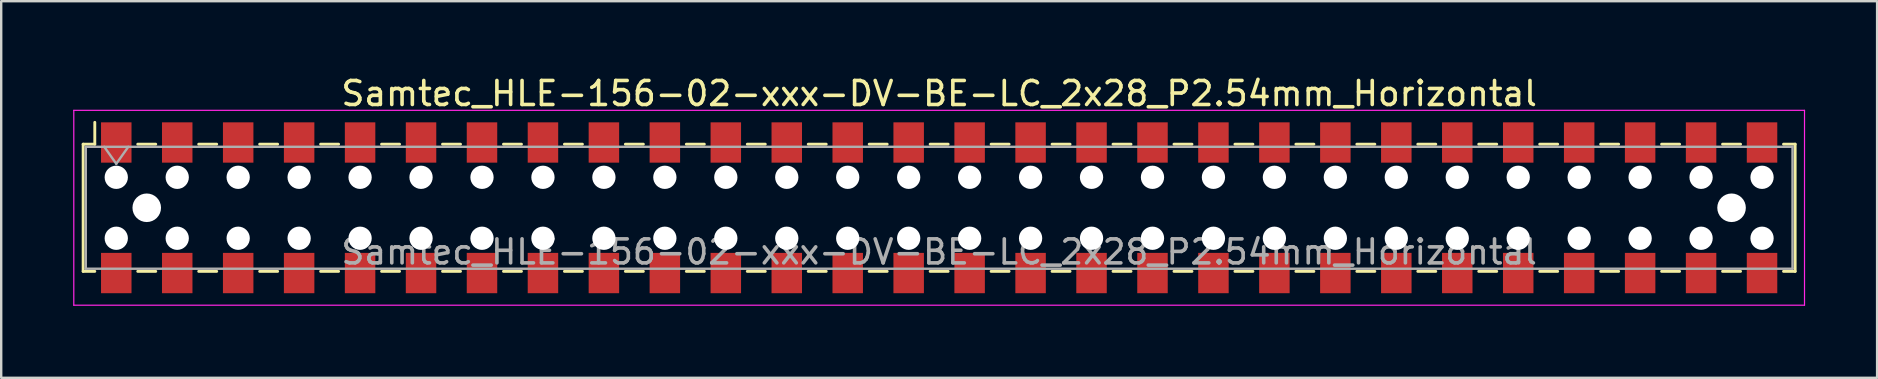
<source format=kicad_pcb>
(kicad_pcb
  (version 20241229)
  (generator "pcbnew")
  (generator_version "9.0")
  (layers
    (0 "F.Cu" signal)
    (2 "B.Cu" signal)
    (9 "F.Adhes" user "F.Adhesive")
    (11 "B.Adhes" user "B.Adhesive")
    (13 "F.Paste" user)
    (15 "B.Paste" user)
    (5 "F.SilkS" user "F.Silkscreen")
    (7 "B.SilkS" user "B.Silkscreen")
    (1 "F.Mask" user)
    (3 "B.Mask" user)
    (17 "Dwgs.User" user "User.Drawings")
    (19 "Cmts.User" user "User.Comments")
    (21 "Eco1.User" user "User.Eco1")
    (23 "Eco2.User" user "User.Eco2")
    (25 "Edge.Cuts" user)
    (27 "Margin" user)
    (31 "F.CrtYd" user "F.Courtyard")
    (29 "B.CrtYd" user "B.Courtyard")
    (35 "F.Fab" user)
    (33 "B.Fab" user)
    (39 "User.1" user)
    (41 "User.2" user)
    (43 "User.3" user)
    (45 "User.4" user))
  (footprint "Samtec_HLE-156-02-xxx-DV-BE-LC_2x28_P2.54mm_Horizontal"
    (layer "F.Cu")
    (at 36.085 5.608)
    (property "Reference" "Samtec_HLE-156-02-xxx-DV-BE-LC_2x28_P2.54mm_Horizontal" (at 0 -4.76 0) (layer "F.SilkS") (effects (font (size 1 1) (thickness 0.15))))
    (attr smd)
    (fp_line (start -35.67 -2.65) (end -35.67 2.65) (stroke (width 0.12) (type solid)) (layer "F.SilkS"))
    (fp_line (start -35.67 2.65) (end -35.185 2.65) (stroke (width 0.12) (type solid)) (layer "F.SilkS"))
    (fp_line (start -35.185 -3.56) (end -35.185 -2.65) (stroke (width 0.12) (type solid)) (layer "F.SilkS"))
    (fp_line (start -35.185 -2.65) (end -35.67 -2.65) (stroke (width 0.12) (type solid)) (layer "F.SilkS"))
    (fp_line (start -33.395 -2.65) (end -32.645 -2.65) (stroke (width 0.12) (type solid)) (layer "F.SilkS"))
    (fp_line (start -33.395 2.65) (end -32.645 2.65) (stroke (width 0.12) (type solid)) (layer "F.SilkS"))
    (fp_line (start -30.855 -2.65) (end -30.105 -2.65) (stroke (width 0.12) (type solid)) (layer "F.SilkS"))
    (fp_line (start -30.855 2.65) (end -30.105 2.65) (stroke (width 0.12) (type solid)) (layer "F.SilkS"))
    (fp_line (start -28.315 -2.65) (end -27.565 -2.65) (stroke (width 0.12) (type solid)) (layer "F.SilkS"))
    (fp_line (start -28.315 2.65) (end -27.565 2.65) (stroke (width 0.12) (type solid)) (layer "F.SilkS"))
    (fp_line (start -25.775 -2.65) (end -25.025 -2.65) (stroke (width 0.12) (type solid)) (layer "F.SilkS"))
    (fp_line (start -25.775 2.65) (end -25.025 2.65) (stroke (width 0.12) (type solid)) (layer "F.SilkS"))
    (fp_line (start -23.235 -2.65) (end -22.485 -2.65) (stroke (width 0.12) (type solid)) (layer "F.SilkS"))
    (fp_line (start -23.235 2.65) (end -22.485 2.65) (stroke (width 0.12) (type solid)) (layer "F.SilkS"))
    (fp_line (start -20.695 -2.65) (end -19.945 -2.65) (stroke (width 0.12) (type solid)) (layer "F.SilkS"))
    (fp_line (start -20.695 2.65) (end -19.945 2.65) (stroke (width 0.12) (type solid)) (layer "F.SilkS"))
    (fp_line (start -18.155 -2.65) (end -17.405 -2.65) (stroke (width 0.12) (type solid)) (layer "F.SilkS"))
    (fp_line (start -18.155 2.65) (end -17.405 2.65) (stroke (width 0.12) (type solid)) (layer "F.SilkS"))
    (fp_line (start -15.615 -2.65) (end -14.865 -2.65) (stroke (width 0.12) (type solid)) (layer "F.SilkS"))
    (fp_line (start -15.615 2.65) (end -14.865 2.65) (stroke (width 0.12) (type solid)) (layer "F.SilkS"))
    (fp_line (start -13.075 -2.65) (end -12.325 -2.65) (stroke (width 0.12) (type solid)) (layer "F.SilkS"))
    (fp_line (start -13.075 2.65) (end -12.325 2.65) (stroke (width 0.12) (type solid)) (layer "F.SilkS"))
    (fp_line (start -10.535 -2.65) (end -9.785 -2.65) (stroke (width 0.12) (type solid)) (layer "F.SilkS"))
    (fp_line (start -10.535 2.65) (end -9.785 2.65) (stroke (width 0.12) (type solid)) (layer "F.SilkS"))
    (fp_line (start -7.995 -2.65) (end -7.245 -2.65) (stroke (width 0.12) (type solid)) (layer "F.SilkS"))
    (fp_line (start -7.995 2.65) (end -7.245 2.65) (stroke (width 0.12) (type solid)) (layer "F.SilkS"))
    (fp_line (start -5.455 -2.65) (end -4.705 -2.65) (stroke (width 0.12) (type solid)) (layer "F.SilkS"))
    (fp_line (start -5.455 2.65) (end -4.705 2.65) (stroke (width 0.12) (type solid)) (layer "F.SilkS"))
    (fp_line (start -2.915 -2.65) (end -2.165 -2.65) (stroke (width 0.12) (type solid)) (layer "F.SilkS"))
    (fp_line (start -2.915 2.65) (end -2.165 2.65) (stroke (width 0.12) (type solid)) (layer "F.SilkS"))
    (fp_line (start -0.375 -2.65) (end 0.375 -2.65) (stroke (width 0.12) (type solid)) (layer "F.SilkS"))
    (fp_line (start -0.375 2.65) (end 0.375 2.65) (stroke (width 0.12) (type solid)) (layer "F.SilkS"))
    (fp_line (start 2.165 -2.65) (end 2.915 -2.65) (stroke (width 0.12) (type solid)) (layer "F.SilkS"))
    (fp_line (start 2.165 2.65) (end 2.915 2.65) (stroke (width 0.12) (type solid)) (layer "F.SilkS"))
    (fp_line (start 4.705 -2.65) (end 5.455 -2.65) (stroke (width 0.12) (type solid)) (layer "F.SilkS"))
    (fp_line (start 4.705 2.65) (end 5.455 2.65) (stroke (width 0.12) (type solid)) (layer "F.SilkS"))
    (fp_line (start 7.245 -2.65) (end 7.995 -2.65) (stroke (width 0.12) (type solid)) (layer "F.SilkS"))
    (fp_line (start 7.245 2.65) (end 7.995 2.65) (stroke (width 0.12) (type solid)) (layer "F.SilkS"))
    (fp_line (start 9.785 -2.65) (end 10.535 -2.65) (stroke (width 0.12) (type solid)) (layer "F.SilkS"))
    (fp_line (start 9.785 2.65) (end 10.535 2.65) (stroke (width 0.12) (type solid)) (layer "F.SilkS"))
    (fp_line (start 12.325 -2.65) (end 13.075 -2.65) (stroke (width 0.12) (type solid)) (layer "F.SilkS"))
    (fp_line (start 12.325 2.65) (end 13.075 2.65) (stroke (width 0.12) (type solid)) (layer "F.SilkS"))
    (fp_line (start 14.865 -2.65) (end 15.615 -2.65) (stroke (width 0.12) (type solid)) (layer "F.SilkS"))
    (fp_line (start 14.865 2.65) (end 15.615 2.65) (stroke (width 0.12) (type solid)) (layer "F.SilkS"))
    (fp_line (start 17.405 -2.65) (end 18.155 -2.65) (stroke (width 0.12) (type solid)) (layer "F.SilkS"))
    (fp_line (start 17.405 2.65) (end 18.155 2.65) (stroke (width 0.12) (type solid)) (layer "F.SilkS"))
    (fp_line (start 19.945 -2.65) (end 20.695 -2.65) (stroke (width 0.12) (type solid)) (layer "F.SilkS"))
    (fp_line (start 19.945 2.65) (end 20.695 2.65) (stroke (width 0.12) (type solid)) (layer "F.SilkS"))
    (fp_line (start 22.485 -2.65) (end 23.235 -2.65) (stroke (width 0.12) (type solid)) (layer "F.SilkS"))
    (fp_line (start 22.485 2.65) (end 23.235 2.65) (stroke (width 0.12) (type solid)) (layer "F.SilkS"))
    (fp_line (start 25.025 -2.65) (end 25.775 -2.65) (stroke (width 0.12) (type solid)) (layer "F.SilkS"))
    (fp_line (start 25.025 2.65) (end 25.775 2.65) (stroke (width 0.12) (type solid)) (layer "F.SilkS"))
    (fp_line (start 27.565 -2.65) (end 28.315 -2.65) (stroke (width 0.12) (type solid)) (layer "F.SilkS"))
    (fp_line (start 27.565 2.65) (end 28.315 2.65) (stroke (width 0.12) (type solid)) (layer "F.SilkS"))
    (fp_line (start 30.105 -2.65) (end 30.855 -2.65) (stroke (width 0.12) (type solid)) (layer "F.SilkS"))
    (fp_line (start 30.105 2.65) (end 30.855 2.65) (stroke (width 0.12) (type solid)) (layer "F.SilkS"))
    (fp_line (start 32.645 -2.65) (end 33.395 -2.65) (stroke (width 0.12) (type solid)) (layer "F.SilkS"))
    (fp_line (start 32.645 2.65) (end 33.395 2.65) (stroke (width 0.12) (type solid)) (layer "F.SilkS"))
    (fp_line (start 35.185 -2.65) (end 35.67 -2.65) (stroke (width 0.12) (type solid)) (layer "F.SilkS"))
    (fp_line (start 35.67 -2.65) (end 35.67 2.65) (stroke (width 0.12) (type solid)) (layer "F.SilkS"))
    (fp_line (start 35.67 2.65) (end 35.185 2.65) (stroke (width 0.12) (type solid)) (layer "F.SilkS"))
    (fp_line (start -36.06 -4.06) (end 36.06 -4.06) (stroke (width 0.05) (type solid)) (layer "F.CrtYd"))
    (fp_line (start -36.06 4.06) (end -36.06 -4.06) (stroke (width 0.05) (type solid)) (layer "F.CrtYd"))
    (fp_line (start 36.06 -4.06) (end 36.06 4.06) (stroke (width 0.05) (type solid)) (layer "F.CrtYd"))
    (fp_line (start 36.06 4.06) (end -36.06 4.06) (stroke (width 0.05) (type solid)) (layer "F.CrtYd"))
    (fp_line (start -35.56 -2.54) (end 35.56 -2.54) (stroke (width 0.1) (type solid)) (layer "F.Fab"))
    (fp_line (start -35.56 2.54) (end -35.56 -2.54) (stroke (width 0.1) (type solid)) (layer "F.Fab"))
    (fp_line (start -34.79 -2.54) (end -34.29 -1.833) (stroke (width 0.1) (type solid)) (layer "F.Fab"))
    (fp_line (start -34.29 -1.833) (end -33.79 -2.54) (stroke (width 0.1) (type solid)) (layer "F.Fab"))
    (fp_line (start 35.56 -2.54) (end 35.56 2.54) (stroke (width 0.1) (type solid)) (layer "F.Fab"))
    (fp_line (start 35.56 2.54) (end -35.56 2.54) (stroke (width 0.1) (type solid)) (layer "F.Fab"))
    (fp_text user "${REFERENCE}" (at 0 1.84 0) (layer "F.Fab") (effects (font (size 1 1) (thickness 0.15))))
    (pad "" np_thru_hole circle (at -34.29 -1.27) (size 0.97 0.97) (drill 0.97) (layers "*.Cu" "*.Mask"))
    (pad "" np_thru_hole circle (at -34.29 1.27) (size 0.97 0.97) (drill 0.97) (layers "*.Cu" "*.Mask"))
    (pad "" np_thru_hole circle (at -33.02 0) (size 1.19 1.19) (drill 1.19) (layers "*.Cu" "*.Mask"))
    (pad "" np_thru_hole circle (at -31.75 -1.27) (size 0.97 0.97) (drill 0.97) (layers "*.Cu" "*.Mask"))
    (pad "" np_thru_hole circle (at -31.75 1.27) (size 0.97 0.97) (drill 0.97) (layers "*.Cu" "*.Mask"))
    (pad "" np_thru_hole circle (at -29.21 -1.27) (size 0.97 0.97) (drill 0.97) (layers "*.Cu" "*.Mask"))
    (pad "" np_thru_hole circle (at -29.21 1.27) (size 0.97 0.97) (drill 0.97) (layers "*.Cu" "*.Mask"))
    (pad "" np_thru_hole circle (at -26.67 -1.27) (size 0.97 0.97) (drill 0.97) (layers "*.Cu" "*.Mask"))
    (pad "" np_thru_hole circle (at -26.67 1.27) (size 0.97 0.97) (drill 0.97) (layers "*.Cu" "*.Mask"))
    (pad "" np_thru_hole circle (at -24.13 -1.27) (size 0.97 0.97) (drill 0.97) (layers "*.Cu" "*.Mask"))
    (pad "" np_thru_hole circle (at -24.13 1.27) (size 0.97 0.97) (drill 0.97) (layers "*.Cu" "*.Mask"))
    (pad "" np_thru_hole circle (at -21.59 -1.27) (size 0.97 0.97) (drill 0.97) (layers "*.Cu" "*.Mask"))
    (pad "" np_thru_hole circle (at -21.59 1.27) (size 0.97 0.97) (drill 0.97) (layers "*.Cu" "*.Mask"))
    (pad "" np_thru_hole circle (at -19.05 -1.27) (size 0.97 0.97) (drill 0.97) (layers "*.Cu" "*.Mask"))
    (pad "" np_thru_hole circle (at -19.05 1.27) (size 0.97 0.97) (drill 0.97) (layers "*.Cu" "*.Mask"))
    (pad "" np_thru_hole circle (at -16.51 -1.27) (size 0.97 0.97) (drill 0.97) (layers "*.Cu" "*.Mask"))
    (pad "" np_thru_hole circle (at -16.51 1.27) (size 0.97 0.97) (drill 0.97) (layers "*.Cu" "*.Mask"))
    (pad "" np_thru_hole circle (at -13.97 -1.27) (size 0.97 0.97) (drill 0.97) (layers "*.Cu" "*.Mask"))
    (pad "" np_thru_hole circle (at -13.97 1.27) (size 0.97 0.97) (drill 0.97) (layers "*.Cu" "*.Mask"))
    (pad "" np_thru_hole circle (at -11.43 -1.27) (size 0.97 0.97) (drill 0.97) (layers "*.Cu" "*.Mask"))
    (pad "" np_thru_hole circle (at -11.43 1.27) (size 0.97 0.97) (drill 0.97) (layers "*.Cu" "*.Mask"))
    (pad "" np_thru_hole circle (at -8.89 -1.27) (size 0.97 0.97) (drill 0.97) (layers "*.Cu" "*.Mask"))
    (pad "" np_thru_hole circle (at -8.89 1.27) (size 0.97 0.97) (drill 0.97) (layers "*.Cu" "*.Mask"))
    (pad "" np_thru_hole circle (at -6.35 -1.27) (size 0.97 0.97) (drill 0.97) (layers "*.Cu" "*.Mask"))
    (pad "" np_thru_hole circle (at -6.35 1.27) (size 0.97 0.97) (drill 0.97) (layers "*.Cu" "*.Mask"))
    (pad "" np_thru_hole circle (at -3.81 -1.27) (size 0.97 0.97) (drill 0.97) (layers "*.Cu" "*.Mask"))
    (pad "" np_thru_hole circle (at -3.81 1.27) (size 0.97 0.97) (drill 0.97) (layers "*.Cu" "*.Mask"))
    (pad "" np_thru_hole circle (at -1.27 -1.27) (size 0.97 0.97) (drill 0.97) (layers "*.Cu" "*.Mask"))
    (pad "" np_thru_hole circle (at -1.27 1.27) (size 0.97 0.97) (drill 0.97) (layers "*.Cu" "*.Mask"))
    (pad "" np_thru_hole circle (at 1.27 -1.27) (size 0.97 0.97) (drill 0.97) (layers "*.Cu" "*.Mask"))
    (pad "" np_thru_hole circle (at 1.27 1.27) (size 0.97 0.97) (drill 0.97) (layers "*.Cu" "*.Mask"))
    (pad "" np_thru_hole circle (at 3.81 -1.27) (size 0.97 0.97) (drill 0.97) (layers "*.Cu" "*.Mask"))
    (pad "" np_thru_hole circle (at 3.81 1.27) (size 0.97 0.97) (drill 0.97) (layers "*.Cu" "*.Mask"))
    (pad "" np_thru_hole circle (at 6.35 -1.27) (size 0.97 0.97) (drill 0.97) (layers "*.Cu" "*.Mask"))
    (pad "" np_thru_hole circle (at 6.35 1.27) (size 0.97 0.97) (drill 0.97) (layers "*.Cu" "*.Mask"))
    (pad "" np_thru_hole circle (at 8.89 -1.27) (size 0.97 0.97) (drill 0.97) (layers "*.Cu" "*.Mask"))
    (pad "" np_thru_hole circle (at 8.89 1.27) (size 0.97 0.97) (drill 0.97) (layers "*.Cu" "*.Mask"))
    (pad "" np_thru_hole circle (at 11.43 -1.27) (size 0.97 0.97) (drill 0.97) (layers "*.Cu" "*.Mask"))
    (pad "" np_thru_hole circle (at 11.43 1.27) (size 0.97 0.97) (drill 0.97) (layers "*.Cu" "*.Mask"))
    (pad "" np_thru_hole circle (at 13.97 -1.27) (size 0.97 0.97) (drill 0.97) (layers "*.Cu" "*.Mask"))
    (pad "" np_thru_hole circle (at 13.97 1.27) (size 0.97 0.97) (drill 0.97) (layers "*.Cu" "*.Mask"))
    (pad "" np_thru_hole circle (at 16.51 -1.27) (size 0.97 0.97) (drill 0.97) (layers "*.Cu" "*.Mask"))
    (pad "" np_thru_hole circle (at 16.51 1.27) (size 0.97 0.97) (drill 0.97) (layers "*.Cu" "*.Mask"))
    (pad "" np_thru_hole circle (at 19.05 -1.27) (size 0.97 0.97) (drill 0.97) (layers "*.Cu" "*.Mask"))
    (pad "" np_thru_hole circle (at 19.05 1.27) (size 0.97 0.97) (drill 0.97) (layers "*.Cu" "*.Mask"))
    (pad "" np_thru_hole circle (at 21.59 -1.27) (size 0.97 0.97) (drill 0.97) (layers "*.Cu" "*.Mask"))
    (pad "" np_thru_hole circle (at 21.59 1.27) (size 0.97 0.97) (drill 0.97) (layers "*.Cu" "*.Mask"))
    (pad "" np_thru_hole circle (at 24.13 -1.27) (size 0.97 0.97) (drill 0.97) (layers "*.Cu" "*.Mask"))
    (pad "" np_thru_hole circle (at 24.13 1.27) (size 0.97 0.97) (drill 0.97) (layers "*.Cu" "*.Mask"))
    (pad "" np_thru_hole circle (at 26.67 -1.27) (size 0.97 0.97) (drill 0.97) (layers "*.Cu" "*.Mask"))
    (pad "" np_thru_hole circle (at 26.67 1.27) (size 0.97 0.97) (drill 0.97) (layers "*.Cu" "*.Mask"))
    (pad "" np_thru_hole circle (at 29.21 -1.27) (size 0.97 0.97) (drill 0.97) (layers "*.Cu" "*.Mask"))
    (pad "" np_thru_hole circle (at 29.21 1.27) (size 0.97 0.97) (drill 0.97) (layers "*.Cu" "*.Mask"))
    (pad "" np_thru_hole circle (at 31.75 -1.27) (size 0.97 0.97) (drill 0.97) (layers "*.Cu" "*.Mask"))
    (pad "" np_thru_hole circle (at 31.75 1.27) (size 0.97 0.97) (drill 0.97) (layers "*.Cu" "*.Mask"))
    (pad "" np_thru_hole circle (at 33.02 0) (size 1.19 1.19) (drill 1.19) (layers "*.Cu" "*.Mask"))
    (pad "" np_thru_hole circle (at 34.29 -1.27) (size 0.97 0.97) (drill 0.97) (layers "*.Cu" "*.Mask"))
    (pad "" np_thru_hole circle (at 34.29 1.27) (size 0.97 0.97) (drill 0.97) (layers "*.Cu" "*.Mask"))
    (pad "1" smd rect (at -34.29 -2.72) (size 1.27 1.68) (layers "F.Cu" "F.Mask" "F.Paste"))
    (pad "2" smd rect (at -34.29 2.72) (size 1.27 1.68) (layers "F.Cu" "F.Mask" "F.Paste"))
    (pad "3" smd rect (at -31.75 -2.72) (size 1.27 1.68) (layers "F.Cu" "F.Mask" "F.Paste"))
    (pad "4" smd rect (at -31.75 2.72) (size 1.27 1.68) (layers "F.Cu" "F.Mask" "F.Paste"))
    (pad "5" smd rect (at -29.21 -2.72) (size 1.27 1.68) (layers "F.Cu" "F.Mask" "F.Paste"))
    (pad "6" smd rect (at -29.21 2.72) (size 1.27 1.68) (layers "F.Cu" "F.Mask" "F.Paste"))
    (pad "7" smd rect (at -26.67 -2.72) (size 1.27 1.68) (layers "F.Cu" "F.Mask" "F.Paste"))
    (pad "8" smd rect (at -26.67 2.72) (size 1.27 1.68) (layers "F.Cu" "F.Mask" "F.Paste"))
    (pad "9" smd rect (at -24.13 -2.72) (size 1.27 1.68) (layers "F.Cu" "F.Mask" "F.Paste"))
    (pad "10" smd rect (at -24.13 2.72) (size 1.27 1.68) (layers "F.Cu" "F.Mask" "F.Paste"))
    (pad "11" smd rect (at -21.59 -2.72) (size 1.27 1.68) (layers "F.Cu" "F.Mask" "F.Paste"))
    (pad "12" smd rect (at -21.59 2.72) (size 1.27 1.68) (layers "F.Cu" "F.Mask" "F.Paste"))
    (pad "13" smd rect (at -19.05 -2.72) (size 1.27 1.68) (layers "F.Cu" "F.Mask" "F.Paste"))
    (pad "14" smd rect (at -19.05 2.72) (size 1.27 1.68) (layers "F.Cu" "F.Mask" "F.Paste"))
    (pad "15" smd rect (at -16.51 -2.72) (size 1.27 1.68) (layers "F.Cu" "F.Mask" "F.Paste"))
    (pad "16" smd rect (at -16.51 2.72) (size 1.27 1.68) (layers "F.Cu" "F.Mask" "F.Paste"))
    (pad "17" smd rect (at -13.97 -2.72) (size 1.27 1.68) (layers "F.Cu" "F.Mask" "F.Paste"))
    (pad "18" smd rect (at -13.97 2.72) (size 1.27 1.68) (layers "F.Cu" "F.Mask" "F.Paste"))
    (pad "19" smd rect (at -11.43 -2.72) (size 1.27 1.68) (layers "F.Cu" "F.Mask" "F.Paste"))
    (pad "20" smd rect (at -11.43 2.72) (size 1.27 1.68) (layers "F.Cu" "F.Mask" "F.Paste"))
    (pad "21" smd rect (at -8.89 -2.72) (size 1.27 1.68) (layers "F.Cu" "F.Mask" "F.Paste"))
    (pad "22" smd rect (at -8.89 2.72) (size 1.27 1.68) (layers "F.Cu" "F.Mask" "F.Paste"))
    (pad "23" smd rect (at -6.35 -2.72) (size 1.27 1.68) (layers "F.Cu" "F.Mask" "F.Paste"))
    (pad "24" smd rect (at -6.35 2.72) (size 1.27 1.68) (layers "F.Cu" "F.Mask" "F.Paste"))
    (pad "25" smd rect (at -3.81 -2.72) (size 1.27 1.68) (layers "F.Cu" "F.Mask" "F.Paste"))
    (pad "26" smd rect (at -3.81 2.72) (size 1.27 1.68) (layers "F.Cu" "F.Mask" "F.Paste"))
    (pad "27" smd rect (at -1.27 -2.72) (size 1.27 1.68) (layers "F.Cu" "F.Mask" "F.Paste"))
    (pad "28" smd rect (at -1.27 2.72) (size 1.27 1.68) (layers "F.Cu" "F.Mask" "F.Paste"))
    (pad "29" smd rect (at 1.27 -2.72) (size 1.27 1.68) (layers "F.Cu" "F.Mask" "F.Paste"))
    (pad "30" smd rect (at 1.27 2.72) (size 1.27 1.68) (layers "F.Cu" "F.Mask" "F.Paste"))
    (pad "31" smd rect (at 3.81 -2.72) (size 1.27 1.68) (layers "F.Cu" "F.Mask" "F.Paste"))
    (pad "32" smd rect (at 3.81 2.72) (size 1.27 1.68) (layers "F.Cu" "F.Mask" "F.Paste"))
    (pad "33" smd rect (at 6.35 -2.72) (size 1.27 1.68) (layers "F.Cu" "F.Mask" "F.Paste"))
    (pad "34" smd rect (at 6.35 2.72) (size 1.27 1.68) (layers "F.Cu" "F.Mask" "F.Paste"))
    (pad "35" smd rect (at 8.89 -2.72) (size 1.27 1.68) (layers "F.Cu" "F.Mask" "F.Paste"))
    (pad "36" smd rect (at 8.89 2.72) (size 1.27 1.68) (layers "F.Cu" "F.Mask" "F.Paste"))
    (pad "37" smd rect (at 11.43 -2.72) (size 1.27 1.68) (layers "F.Cu" "F.Mask" "F.Paste"))
    (pad "38" smd rect (at 11.43 2.72) (size 1.27 1.68) (layers "F.Cu" "F.Mask" "F.Paste"))
    (pad "39" smd rect (at 13.97 -2.72) (size 1.27 1.68) (layers "F.Cu" "F.Mask" "F.Paste"))
    (pad "40" smd rect (at 13.97 2.72) (size 1.27 1.68) (layers "F.Cu" "F.Mask" "F.Paste"))
    (pad "41" smd rect (at 16.51 -2.72) (size 1.27 1.68) (layers "F.Cu" "F.Mask" "F.Paste"))
    (pad "42" smd rect (at 16.51 2.72) (size 1.27 1.68) (layers "F.Cu" "F.Mask" "F.Paste"))
    (pad "43" smd rect (at 19.05 -2.72) (size 1.27 1.68) (layers "F.Cu" "F.Mask" "F.Paste"))
    (pad "44" smd rect (at 19.05 2.72) (size 1.27 1.68) (layers "F.Cu" "F.Mask" "F.Paste"))
    (pad "45" smd rect (at 21.59 -2.72) (size 1.27 1.68) (layers "F.Cu" "F.Mask" "F.Paste"))
    (pad "46" smd rect (at 21.59 2.72) (size 1.27 1.68) (layers "F.Cu" "F.Mask" "F.Paste"))
    (pad "47" smd rect (at 24.13 -2.72) (size 1.27 1.68) (layers "F.Cu" "F.Mask" "F.Paste"))
    (pad "48" smd rect (at 24.13 2.72) (size 1.27 1.68) (layers "F.Cu" "F.Mask" "F.Paste"))
    (pad "49" smd rect (at 26.67 -2.72) (size 1.27 1.68) (layers "F.Cu" "F.Mask" "F.Paste"))
    (pad "50" smd rect (at 26.67 2.72) (size 1.27 1.68) (layers "F.Cu" "F.Mask" "F.Paste"))
    (pad "51" smd rect (at 29.21 -2.72) (size 1.27 1.68) (layers "F.Cu" "F.Mask" "F.Paste"))
    (pad "52" smd rect (at 29.21 2.72) (size 1.27 1.68) (layers "F.Cu" "F.Mask" "F.Paste"))
    (pad "53" smd rect (at 31.75 -2.72) (size 1.27 1.68) (layers "F.Cu" "F.Mask" "F.Paste"))
    (pad "54" smd rect (at 31.75 2.72) (size 1.27 1.68) (layers "F.Cu" "F.Mask" "F.Paste"))
    (pad "55" smd rect (at 34.29 -2.72) (size 1.27 1.68) (layers "F.Cu" "F.Mask" "F.Paste"))
    (pad "56" smd rect (at 34.29 2.72) (size 1.27 1.68) (layers "F.Cu" "F.Mask" "F.Paste")))
  (gr_rect
    (start -3 -3)
    (end 75.17 12.693)
    (stroke (width 0.1) (type default))
    (fill no)
    (layer "Edge.Cuts")))
</source>
